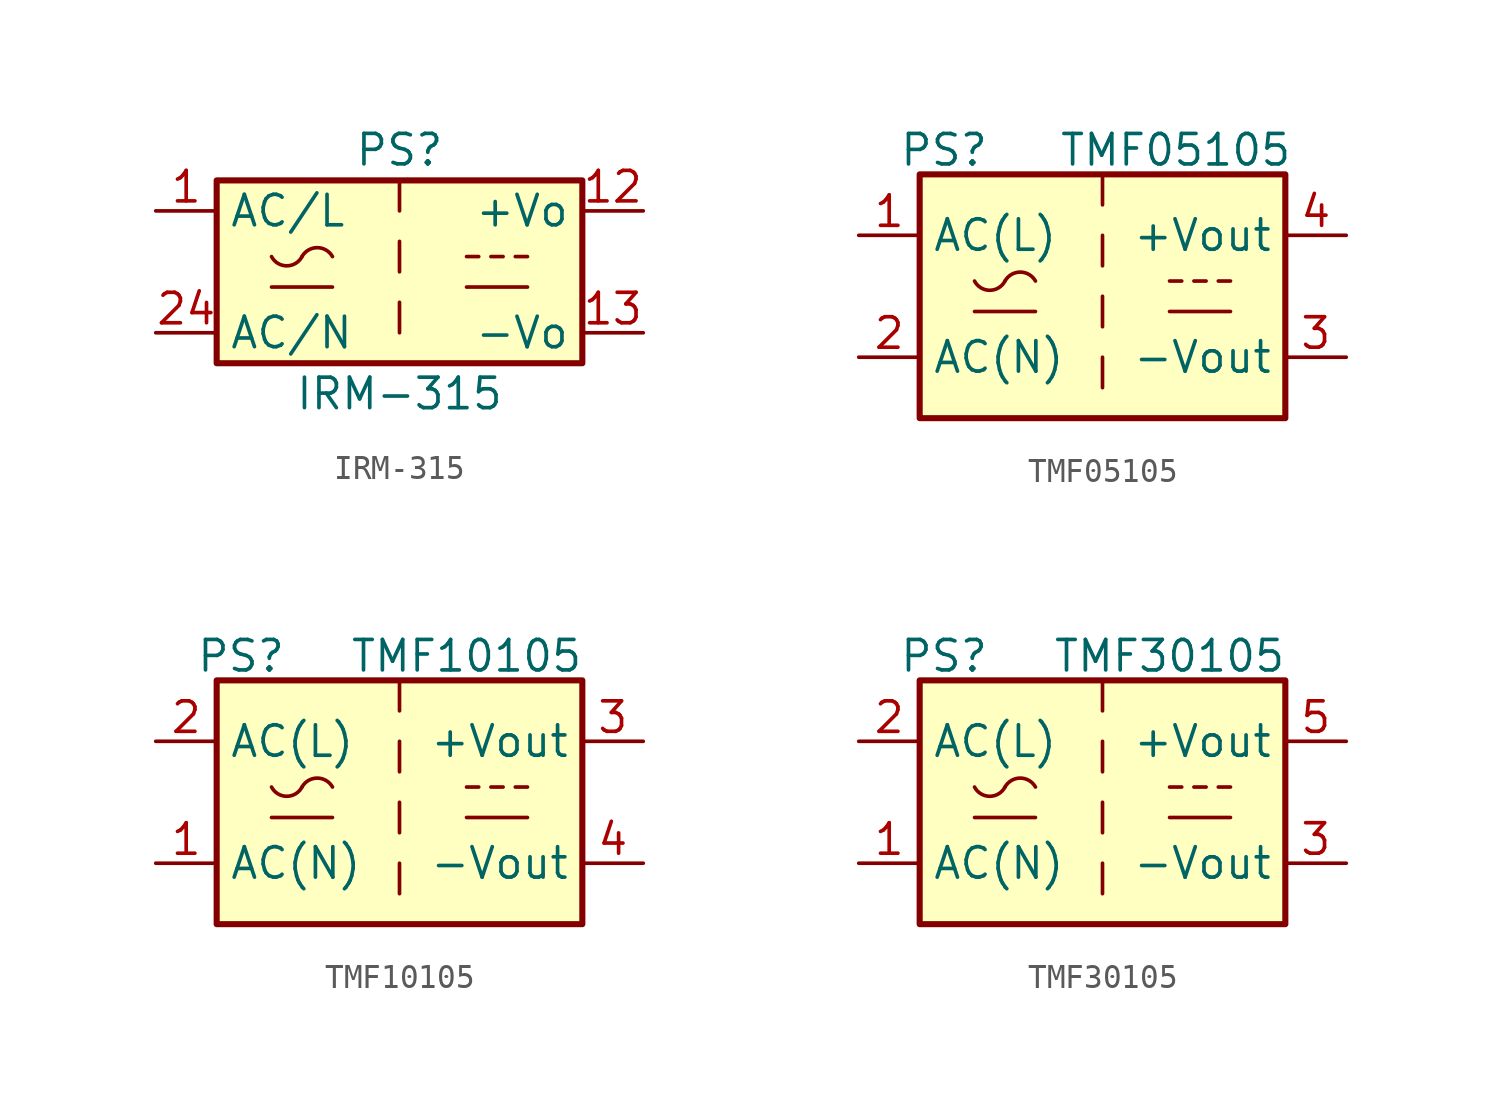
<source format=kicad_sym>
(kicad_symbol_lib
  (version 20231120)
  (generator "kicad_symbol_editor")
  (generator_version "8.0")
  (symbol "IRM-315"
    (property "Reference" "PS"
      (at 0 5.08 0)
      (effects (font (size 1.27 1.27))))
    (property "Value" "IRM-315"
      (at 0 -5.08 0)
      (effects (font (size 1.27 1.27))))
    (symbol "IRM-315_1_1"
      (rectangle (start -7.62 3.81) (end 7.62 -3.81) (stroke (width 0.254) (type default)) (fill (type background)))
      (arc (start -5.334 0.635) (mid -4.699 0.2495) (end -4.064 0.635) (stroke (width 0) (type default)) (fill (type none)))
      (arc (start -2.794 0.635) (mid -3.429 1.0072) (end -4.064 0.635) (stroke (width 0) (type default)) (fill (type none)))
      (polyline (pts (xy -5.334 -0.635) (xy -2.794 -0.635)) (stroke (width 0) (type default)) (fill (type none)))
      (polyline (pts (xy 0 -1.27) (xy 0 -2.54)) (stroke (width 0) (type default)) (fill (type none)))
      (polyline (pts (xy 0 1.27) (xy 0 0)) (stroke (width 0) (type default)) (fill (type none)))
      (polyline (pts (xy 0 3.81) (xy 0 2.54)) (stroke (width 0) (type default)) (fill (type none)))
      (polyline (pts (xy 2.794 -0.635) (xy 5.334 -0.635)) (stroke (width 0) (type default)) (fill (type none)))
      (polyline (pts (xy 2.794 0.635) (xy 3.302 0.635)) (stroke (width 0) (type default)) (fill (type none)))
      (polyline (pts (xy 3.81 0.635) (xy 4.318 0.635)) (stroke (width 0) (type default)) (fill (type none)))
      (polyline (pts (xy 4.826 0.635) (xy 5.334 0.635)) (stroke (width 0) (type default)) (fill (type none)))
      (pin power_in line (at -10.16 2.54 0) (length 2.54) (name "AC/L" (effects (font (size 1.27 1.27)))) (number "1" (effects (font (size 1.27 1.27)))))
      (pin power_out line (at 10.16 2.54 180) (length 2.54) (name "+Vo" (effects (font (size 1.27 1.27)))) (number "12" (effects (font (size 1.27 1.27)))))
      (pin power_out line (at 10.16 -2.54 180) (length 2.54) (name "-Vo" (effects (font (size 1.27 1.27)))) (number "13" (effects (font (size 1.27 1.27)))))
      (pin power_in line (at -10.16 -2.54 0) (length 2.54) (name "AC/N" (effects (font (size 1.27 1.27)))) (number "24" (effects (font (size 1.27 1.27)))))))
  (symbol "TMF05105"
    (property "Reference" "PS"
      (at -6.604 6.096 0)
      (effects (font (size 1.27 1.27))))
    (property "Value" "TMF05105"
      (at 3.048 6.096 0)
      (effects (font (size 1.27 1.27))))
    (symbol "TMF05105_1_1"
      (rectangle (start -7.62 5.08) (end 7.62 -5.08) (stroke (width 0.254) (type default)) (fill (type background)))
      (arc (start -5.334 0.635) (mid -4.699 0.2495) (end -4.064 0.635) (stroke (width 0) (type default)) (fill (type none)))
      (arc (start -2.794 0.635) (mid -3.429 1.0072) (end -4.064 0.635) (stroke (width 0) (type default)) (fill (type none)))
      (polyline (pts (xy -5.334 -0.635) (xy -2.794 -0.635)) (stroke (width 0) (type default)) (fill (type none)))
      (polyline (pts (xy 0 -2.54) (xy 0 -3.81)) (stroke (width 0) (type default)) (fill (type none)))
      (polyline (pts (xy 0 0) (xy 0 -1.27)) (stroke (width 0) (type default)) (fill (type none)))
      (polyline (pts (xy 0 2.54) (xy 0 1.27)) (stroke (width 0) (type default)) (fill (type none)))
      (polyline (pts (xy 0 5.08) (xy 0 3.81)) (stroke (width 0) (type default)) (fill (type none)))
      (polyline (pts (xy 2.794 -0.635) (xy 5.334 -0.635)) (stroke (width 0) (type default)) (fill (type none)))
      (polyline (pts (xy 2.794 0.635) (xy 3.302 0.635)) (stroke (width 0) (type default)) (fill (type none)))
      (polyline (pts (xy 3.81 0.635) (xy 4.318 0.635)) (stroke (width 0) (type default)) (fill (type none)))
      (polyline (pts (xy 4.826 0.635) (xy 5.334 0.635)) (stroke (width 0) (type default)) (fill (type none)))
      (pin power_in line (at -10.16 2.54 0) (length 2.54) (name "AC(L)" (effects (font (size 1.27 1.27)))) (number "1" (effects (font (size 1.27 1.27)))))
      (pin power_in line (at -10.16 -2.54 0) (length 2.54) (name "AC(N)" (effects (font (size 1.27 1.27)))) (number "2" (effects (font (size 1.27 1.27)))))
      (pin power_out line (at 10.16 -2.54 180) (length 2.54) (name "-Vout" (effects (font (size 1.27 1.27)))) (number "3" (effects (font (size 1.27 1.27)))))
      (pin power_out line (at 10.16 2.54 180) (length 2.54) (name "+Vout" (effects (font (size 1.27 1.27)))) (number "4" (effects (font (size 1.27 1.27)))))))
  (symbol "TMF10105"
    (property "Reference" "PS"
      (at -6.604 6.096 0)
      (effects (font (size 1.27 1.27))))
    (property "Value" "TMF10105"
      (at 2.794 6.096 0)
      (effects (font (size 1.27 1.27))))
    (symbol "TMF10105_1_1"
      (rectangle (start -7.62 5.08) (end 7.62 -5.08) (stroke (width 0.254) (type default)) (fill (type background)))
      (arc (start -5.334 0.635) (mid -4.699 0.2495) (end -4.064 0.635) (stroke (width 0) (type default)) (fill (type none)))
      (arc (start -2.794 0.635) (mid -3.429 1.0072) (end -4.064 0.635) (stroke (width 0) (type default)) (fill (type none)))
      (polyline (pts (xy -5.334 -0.635) (xy -2.794 -0.635)) (stroke (width 0) (type default)) (fill (type none)))
      (polyline (pts (xy 0 -2.54) (xy 0 -3.81)) (stroke (width 0) (type default)) (fill (type none)))
      (polyline (pts (xy 0 0) (xy 0 -1.27)) (stroke (width 0) (type default)) (fill (type none)))
      (polyline (pts (xy 0 2.54) (xy 0 1.27)) (stroke (width 0) (type default)) (fill (type none)))
      (polyline (pts (xy 0 5.08) (xy 0 3.81)) (stroke (width 0) (type default)) (fill (type none)))
      (polyline (pts (xy 2.794 -0.635) (xy 5.334 -0.635)) (stroke (width 0) (type default)) (fill (type none)))
      (polyline (pts (xy 2.794 0.635) (xy 3.302 0.635)) (stroke (width 0) (type default)) (fill (type none)))
      (polyline (pts (xy 3.81 0.635) (xy 4.318 0.635)) (stroke (width 0) (type default)) (fill (type none)))
      (polyline (pts (xy 4.826 0.635) (xy 5.334 0.635)) (stroke (width 0) (type default)) (fill (type none)))
      (pin power_in line (at -10.16 -2.54 0) (length 2.54) (name "AC(N)" (effects (font (size 1.27 1.27)))) (number "1" (effects (font (size 1.27 1.27)))))
      (pin power_in line (at -10.16 2.54 0) (length 2.54) (name "AC(L)" (effects (font (size 1.27 1.27)))) (number "2" (effects (font (size 1.27 1.27)))))
      (pin power_out line (at 10.16 2.54 180) (length 2.54) (name "+Vout" (effects (font (size 1.27 1.27)))) (number "3" (effects (font (size 1.27 1.27)))))
      (pin power_out line (at 10.16 -2.54 180) (length 2.54) (name "-Vout" (effects (font (size 1.27 1.27)))) (number "4" (effects (font (size 1.27 1.27)))))))
  (symbol "TMF30105"
    (property "Reference" "PS"
      (at -6.604 6.096 0)
      (effects (font (size 1.27 1.27))))
    (property "Value" "TMF30105"
      (at 2.794 6.096 0)
      (effects (font (size 1.27 1.27))))
    (symbol "TMF30105_1_1"
      (rectangle (start -7.62 5.08) (end 7.62 -5.08) (stroke (width 0.254) (type default)) (fill (type background)))
      (arc (start -5.334 0.635) (mid -4.699 0.2495) (end -4.064 0.635) (stroke (width 0) (type default)) (fill (type none)))
      (arc (start -2.794 0.635) (mid -3.429 1.0072) (end -4.064 0.635) (stroke (width 0) (type default)) (fill (type none)))
      (polyline (pts (xy -5.334 -0.635) (xy -2.794 -0.635)) (stroke (width 0) (type default)) (fill (type none)))
      (polyline (pts (xy 0 -2.54) (xy 0 -3.81)) (stroke (width 0) (type default)) (fill (type none)))
      (polyline (pts (xy 0 0) (xy 0 -1.27)) (stroke (width 0) (type default)) (fill (type none)))
      (polyline (pts (xy 0 2.54) (xy 0 1.27)) (stroke (width 0) (type default)) (fill (type none)))
      (polyline (pts (xy 0 5.08) (xy 0 3.81)) (stroke (width 0) (type default)) (fill (type none)))
      (polyline (pts (xy 2.794 -0.635) (xy 5.334 -0.635)) (stroke (width 0) (type default)) (fill (type none)))
      (polyline (pts (xy 2.794 0.635) (xy 3.302 0.635)) (stroke (width 0) (type default)) (fill (type none)))
      (polyline (pts (xy 3.81 0.635) (xy 4.318 0.635)) (stroke (width 0) (type default)) (fill (type none)))
      (polyline (pts (xy 4.826 0.635) (xy 5.334 0.635)) (stroke (width 0) (type default)) (fill (type none)))
      (pin power_in line (at -10.16 -2.54 0) (length 2.54) (name "AC(N)" (effects (font (size 1.27 1.27)))) (number "1" (effects (font (size 1.27 1.27)))))
      (pin power_in line (at -10.16 2.54 0) (length 2.54) (name "AC(L)" (effects (font (size 1.27 1.27)))) (number "2" (effects (font (size 1.27 1.27)))))
      (pin power_out line (at 10.16 -2.54 180) (length 2.54) (name "-Vout" (effects (font (size 1.27 1.27)))) (number "3" (effects (font (size 1.27 1.27)))))
      (pin power_out line (at 10.16 2.54 180) (length 2.54) (name "+Vout" (effects (font (size 1.27 1.27)))) (number "5" (effects (font (size 1.27 1.27))))))))
</source>
